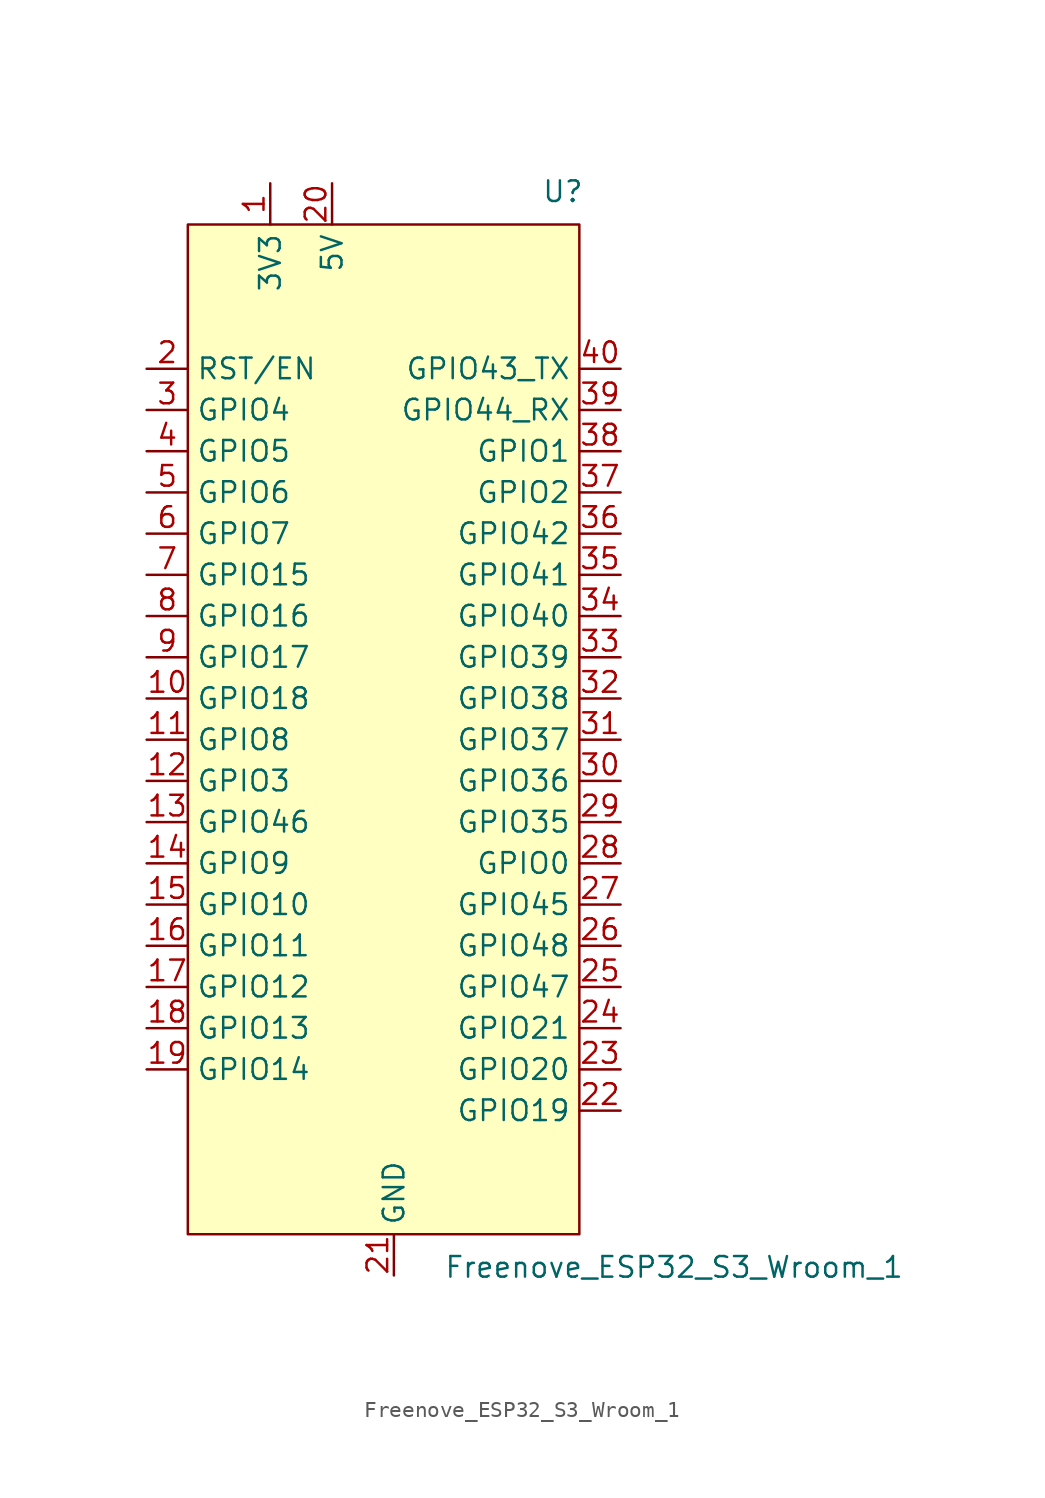
<source format=kicad_sym>
(kicad_symbol_lib
  (version 20231120)
  (generator "kicad_symbol_editor")
  (generator_version "8.0")
  (symbol "Freenove_ESP32_S3_Wroom_1"
    (property "Reference" "U"
      (at 11.684 45.212 0)
      (effects (font (size 1.27 1.27))))
    (property "Value" "Freenove_ESP32_S3_Wroom_1"
      (at 18.542 -21.082 0)
      (effects (font (size 1.27 1.27))))
    (symbol "Freenove_ESP32_S3_Wroom_1_1_1"
      (rectangle (start -11.43 43.18) (end 12.7 -19.05) (stroke (width 0) (type default)) (fill (type background)))
      (pin power_out line (at -6.35 45.72 270) (length 2.54) (name "3V3" (effects (font (size 1.27 1.27)))) (number "1" (effects (font (size 1.27 1.27)))))
      (pin open_collector line (at -13.97 13.97 0) (length 2.54) (name "GPIO18" (effects (font (size 1.27 1.27)))) (number "10" (effects (font (size 1.27 1.27)))))
      (pin open_collector line (at -13.97 11.43 0) (length 2.54) (name "GPIO8" (effects (font (size 1.27 1.27)))) (number "11" (effects (font (size 1.27 1.27)))))
      (pin bidirectional line (at -13.97 8.89 0) (length 2.54) (name "GPIO3" (effects (font (size 1.27 1.27)))) (number "12" (effects (font (size 1.27 1.27)))))
      (pin bidirectional line (at -13.97 6.35 0) (length 2.54) (name "GPIO46" (effects (font (size 1.27 1.27)))) (number "13" (effects (font (size 1.27 1.27)))))
      (pin open_collector line (at -13.97 3.81 0) (length 2.54) (name "GPIO9" (effects (font (size 1.27 1.27)))) (number "14" (effects (font (size 1.27 1.27)))))
      (pin open_collector line (at -13.97 1.27 0) (length 2.54) (name "GPIO10" (effects (font (size 1.27 1.27)))) (number "15" (effects (font (size 1.27 1.27)))))
      (pin open_collector line (at -13.97 -1.27 0) (length 2.54) (name "GPIO11" (effects (font (size 1.27 1.27)))) (number "16" (effects (font (size 1.27 1.27)))))
      (pin open_collector line (at -13.97 -3.81 0) (length 2.54) (name "GPIO12" (effects (font (size 1.27 1.27)))) (number "17" (effects (font (size 1.27 1.27)))))
      (pin open_collector line (at -13.97 -6.35 0) (length 2.54) (name "GPIO13" (effects (font (size 1.27 1.27)))) (number "18" (effects (font (size 1.27 1.27)))))
      (pin bidirectional line (at -13.97 -8.89 0) (length 2.54) (name "GPIO14" (effects (font (size 1.27 1.27)))) (number "19" (effects (font (size 1.27 1.27)))))
      (pin input line (at -13.97 34.29 0) (length 2.54) (name "RST/EN" (effects (font (size 1.27 1.27)))) (number "2" (effects (font (size 1.27 1.27)))))
      (pin power_in line (at -2.54 45.72 270) (length 2.54) (name "5V" (effects (font (size 1.27 1.27)))) (number "20" (effects (font (size 1.27 1.27)))))
      (pin power_in line (at 1.27 -21.59 90) (length 2.54) (name "GND" (effects (font (size 1.27 1.27)))) (number "21" (effects (font (size 1.27 1.27)))))
      (pin bidirectional line (at 15.24 -11.43 180) (length 2.54) (name "GPIO19" (effects (font (size 1.27 1.27)))) (number "22" (effects (font (size 1.27 1.27)))))
      (pin bidirectional line (at 15.24 -8.89 180) (length 2.54) (name "GPIO20" (effects (font (size 1.27 1.27)))) (number "23" (effects (font (size 1.27 1.27)))))
      (pin bidirectional line (at 15.24 -6.35 180) (length 2.54) (name "GPIO21" (effects (font (size 1.27 1.27)))) (number "24" (effects (font (size 1.27 1.27)))))
      (pin bidirectional line (at 15.24 -3.81 180) (length 2.54) (name "GPIO47" (effects (font (size 1.27 1.27)))) (number "25" (effects (font (size 1.27 1.27)))))
      (pin bidirectional line (at 15.24 -1.27 180) (length 2.54) (name "GPIO48" (effects (font (size 1.27 1.27)))) (number "26" (effects (font (size 1.27 1.27)))))
      (pin bidirectional line (at 15.24 1.27 180) (length 2.54) (name "GPIO45" (effects (font (size 1.27 1.27)))) (number "27" (effects (font (size 1.27 1.27)))))
      (pin bidirectional line (at 15.24 3.81 180) (length 2.54) (name "GPIO0" (effects (font (size 1.27 1.27)))) (number "28" (effects (font (size 1.27 1.27)))))
      (pin bidirectional line (at 15.24 6.35 180) (length 2.54) (name "GPIO35" (effects (font (size 1.27 1.27)))) (number "29" (effects (font (size 1.27 1.27)))))
      (pin open_collector line (at -13.97 31.75 0) (length 2.54) (name "GPIO4" (effects (font (size 1.27 1.27)))) (number "3" (effects (font (size 1.27 1.27)))))
      (pin bidirectional line (at 15.24 8.89 180) (length 2.54) (name "GPIO36" (effects (font (size 1.27 1.27)))) (number "30" (effects (font (size 1.27 1.27)))))
      (pin bidirectional line (at 15.24 11.43 180) (length 2.54) (name "GPIO37" (effects (font (size 1.27 1.27)))) (number "31" (effects (font (size 1.27 1.27)))))
      (pin bidirectional line (at 15.24 13.97 180) (length 2.54) (name "GPIO38" (effects (font (size 1.27 1.27)))) (number "32" (effects (font (size 1.27 1.27)))))
      (pin bidirectional line (at 15.24 16.51 180) (length 2.54) (name "GPIO39" (effects (font (size 1.27 1.27)))) (number "33" (effects (font (size 1.27 1.27)))))
      (pin bidirectional line (at 15.24 19.05 180) (length 2.54) (name "GPIO40" (effects (font (size 1.27 1.27)))) (number "34" (effects (font (size 1.27 1.27)))))
      (pin bidirectional line (at 15.24 21.59 180) (length 2.54) (name "GPIO41" (effects (font (size 1.27 1.27)))) (number "35" (effects (font (size 1.27 1.27)))))
      (pin bidirectional line (at 15.24 24.13 180) (length 2.54) (name "GPIO42" (effects (font (size 1.27 1.27)))) (number "36" (effects (font (size 1.27 1.27)))))
      (pin bidirectional line (at 15.24 26.67 180) (length 2.54) (name "GPIO2" (effects (font (size 1.27 1.27)))) (number "37" (effects (font (size 1.27 1.27)))))
      (pin bidirectional line (at 15.24 29.21 180) (length 2.54) (name "GPIO1" (effects (font (size 1.27 1.27)))) (number "38" (effects (font (size 1.27 1.27)))))
      (pin bidirectional line (at 15.24 31.75 180) (length 2.54) (name "GPIO44_RX" (effects (font (size 1.27 1.27)))) (number "39" (effects (font (size 1.27 1.27)))))
      (pin open_collector line (at -13.97 29.21 0) (length 2.54) (name "GPIO5" (effects (font (size 1.27 1.27)))) (number "4" (effects (font (size 1.27 1.27)))))
      (pin bidirectional line (at 15.24 34.29 180) (length 2.54) (name "GPIO43_TX" (effects (font (size 1.27 1.27)))) (number "40" (effects (font (size 1.27 1.27)))))
      (pin open_collector line (at -13.97 26.67 0) (length 2.54) (name "GPIO6" (effects (font (size 1.27 1.27)))) (number "5" (effects (font (size 1.27 1.27)))))
      (pin open_collector line (at -13.97 24.13 0) (length 2.54) (name "GPIO7" (effects (font (size 1.27 1.27)))) (number "6" (effects (font (size 1.27 1.27)))))
      (pin open_collector line (at -13.97 21.59 0) (length 2.54) (name "GPIO15" (effects (font (size 1.27 1.27)))) (number "7" (effects (font (size 1.27 1.27)))))
      (pin open_collector line (at -13.97 19.05 0) (length 2.54) (name "GPIO16" (effects (font (size 1.27 1.27)))) (number "8" (effects (font (size 1.27 1.27)))))
      (pin open_collector line (at -13.97 16.51 0) (length 2.54) (name "GPIO17" (effects (font (size 1.27 1.27)))) (number "9" (effects (font (size 1.27 1.27))))))))
</source>
